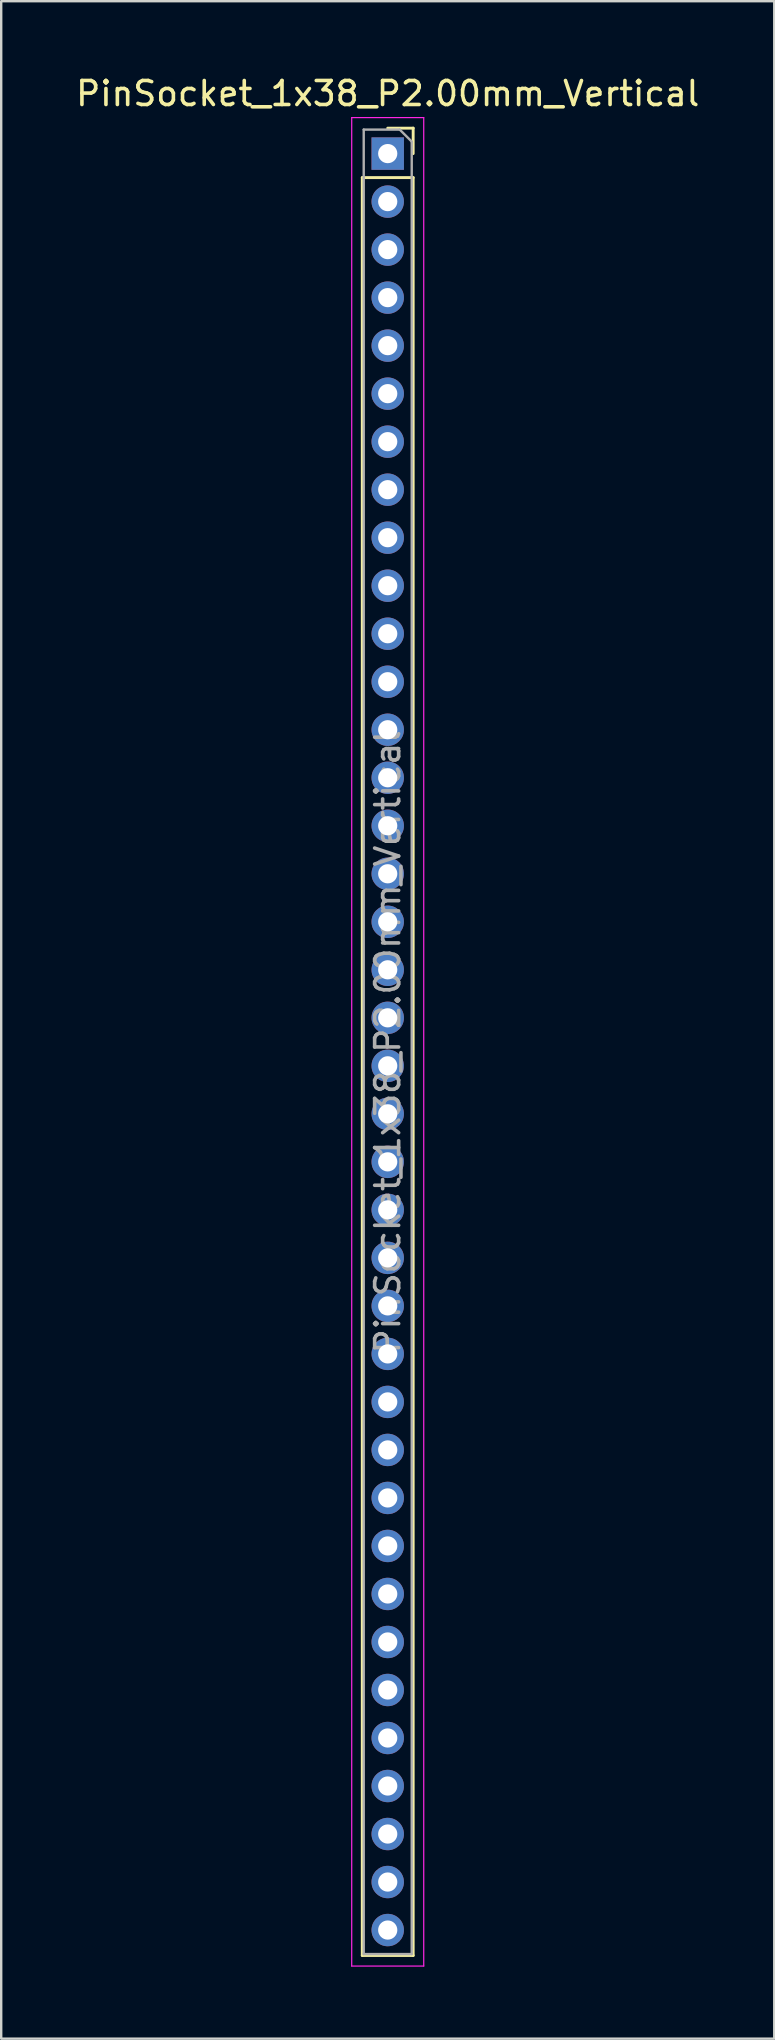
<source format=kicad_pcb>
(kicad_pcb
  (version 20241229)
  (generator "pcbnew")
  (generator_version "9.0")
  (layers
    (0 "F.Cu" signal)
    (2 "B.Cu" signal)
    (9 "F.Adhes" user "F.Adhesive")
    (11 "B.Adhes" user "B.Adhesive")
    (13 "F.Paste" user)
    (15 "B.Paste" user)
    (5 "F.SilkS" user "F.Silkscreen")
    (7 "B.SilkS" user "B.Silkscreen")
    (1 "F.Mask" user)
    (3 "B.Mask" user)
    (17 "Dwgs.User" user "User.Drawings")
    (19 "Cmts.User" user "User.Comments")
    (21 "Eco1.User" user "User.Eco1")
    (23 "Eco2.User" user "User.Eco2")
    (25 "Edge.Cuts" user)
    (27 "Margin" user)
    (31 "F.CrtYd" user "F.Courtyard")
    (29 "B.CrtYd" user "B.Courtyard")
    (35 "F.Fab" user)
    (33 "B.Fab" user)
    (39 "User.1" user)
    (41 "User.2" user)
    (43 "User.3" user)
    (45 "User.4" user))
  (footprint "PinSocket_1x38_P2.00mm_Vertical"
    (layer "F.Cu")
    (at 13.101 3.348)
    (property "Reference" "PinSocket_1x38_P2.00mm_Vertical" (at 0 -2.5 0) (layer "F.SilkS") (effects (font (size 1 1) (thickness 0.15))))
    (attr through_hole)
    (fp_line (start -1.06 1) (end -1.06 75.06) (stroke (width 0.12) (type solid)) (layer "F.SilkS"))
    (fp_line (start -1.06 1) (end 1.06 1) (stroke (width 0.12) (type solid)) (layer "F.SilkS"))
    (fp_line (start -1.06 75.06) (end 1.06 75.06) (stroke (width 0.12) (type solid)) (layer "F.SilkS"))
    (fp_line (start 0 -1.06) (end 1.06 -1.06) (stroke (width 0.12) (type solid)) (layer "F.SilkS"))
    (fp_line (start 1.06 -1.06) (end 1.06 0) (stroke (width 0.12) (type solid)) (layer "F.SilkS"))
    (fp_line (start 1.06 1) (end 1.06 75.06) (stroke (width 0.12) (type solid)) (layer "F.SilkS"))
    (fp_line (start -1.5 -1.5) (end 1.5 -1.5) (stroke (width 0.05) (type solid)) (layer "F.CrtYd"))
    (fp_line (start -1.5 75.5) (end -1.5 -1.5) (stroke (width 0.05) (type solid)) (layer "F.CrtYd"))
    (fp_line (start 1.5 -1.5) (end 1.5 75.5) (stroke (width 0.05) (type solid)) (layer "F.CrtYd"))
    (fp_line (start 1.5 75.5) (end -1.5 75.5) (stroke (width 0.05) (type solid)) (layer "F.CrtYd"))
    (fp_line (start -1 -1) (end 0.5 -1) (stroke (width 0.1) (type solid)) (layer "F.Fab"))
    (fp_line (start -1 75) (end -1 -1) (stroke (width 0.1) (type solid)) (layer "F.Fab"))
    (fp_line (start 0.5 -1) (end 1 -0.5) (stroke (width 0.1) (type solid)) (layer "F.Fab"))
    (fp_line (start 1 -0.5) (end 1 75) (stroke (width 0.1) (type solid)) (layer "F.Fab"))
    (fp_line (start 1 75) (end -1 75) (stroke (width 0.1) (type solid)) (layer "F.Fab"))
    (fp_text user "${REFERENCE}" (at 0 37 90) (layer "F.Fab") (effects (font (size 1 1) (thickness 0.15))))
    (pad "1" thru_hole rect (at 0 0) (size 1.35 1.35) (drill 0.8) (layers "*.Cu" "*.Mask"))
    (pad "2" thru_hole circle (at 0 2) (size 1.35 1.35) (drill 0.8) (layers "*.Cu" "*.Mask"))
    (pad "3" thru_hole circle (at 0 4) (size 1.35 1.35) (drill 0.8) (layers "*.Cu" "*.Mask"))
    (pad "4" thru_hole circle (at 0 6) (size 1.35 1.35) (drill 0.8) (layers "*.Cu" "*.Mask"))
    (pad "5" thru_hole circle (at 0 8) (size 1.35 1.35) (drill 0.8) (layers "*.Cu" "*.Mask"))
    (pad "6" thru_hole circle (at 0 10) (size 1.35 1.35) (drill 0.8) (layers "*.Cu" "*.Mask"))
    (pad "7" thru_hole circle (at 0 12) (size 1.35 1.35) (drill 0.8) (layers "*.Cu" "*.Mask"))
    (pad "8" thru_hole circle (at 0 14) (size 1.35 1.35) (drill 0.8) (layers "*.Cu" "*.Mask"))
    (pad "9" thru_hole circle (at 0 16) (size 1.35 1.35) (drill 0.8) (layers "*.Cu" "*.Mask"))
    (pad "10" thru_hole circle (at 0 18) (size 1.35 1.35) (drill 0.8) (layers "*.Cu" "*.Mask"))
    (pad "11" thru_hole circle (at 0 20) (size 1.35 1.35) (drill 0.8) (layers "*.Cu" "*.Mask"))
    (pad "12" thru_hole circle (at 0 22) (size 1.35 1.35) (drill 0.8) (layers "*.Cu" "*.Mask"))
    (pad "13" thru_hole circle (at 0 24) (size 1.35 1.35) (drill 0.8) (layers "*.Cu" "*.Mask"))
    (pad "14" thru_hole circle (at 0 26) (size 1.35 1.35) (drill 0.8) (layers "*.Cu" "*.Mask"))
    (pad "15" thru_hole circle (at 0 28) (size 1.35 1.35) (drill 0.8) (layers "*.Cu" "*.Mask"))
    (pad "16" thru_hole circle (at 0 30) (size 1.35 1.35) (drill 0.8) (layers "*.Cu" "*.Mask"))
    (pad "17" thru_hole circle (at 0 32) (size 1.35 1.35) (drill 0.8) (layers "*.Cu" "*.Mask"))
    (pad "18" thru_hole circle (at 0 34) (size 1.35 1.35) (drill 0.8) (layers "*.Cu" "*.Mask"))
    (pad "19" thru_hole circle (at 0 36) (size 1.35 1.35) (drill 0.8) (layers "*.Cu" "*.Mask"))
    (pad "20" thru_hole circle (at 0 38) (size 1.35 1.35) (drill 0.8) (layers "*.Cu" "*.Mask"))
    (pad "21" thru_hole circle (at 0 40) (size 1.35 1.35) (drill 0.8) (layers "*.Cu" "*.Mask"))
    (pad "22" thru_hole circle (at 0 42) (size 1.35 1.35) (drill 0.8) (layers "*.Cu" "*.Mask"))
    (pad "23" thru_hole circle (at 0 44) (size 1.35 1.35) (drill 0.8) (layers "*.Cu" "*.Mask"))
    (pad "24" thru_hole circle (at 0 46) (size 1.35 1.35) (drill 0.8) (layers "*.Cu" "*.Mask"))
    (pad "25" thru_hole circle (at 0 48) (size 1.35 1.35) (drill 0.8) (layers "*.Cu" "*.Mask"))
    (pad "26" thru_hole circle (at 0 50) (size 1.35 1.35) (drill 0.8) (layers "*.Cu" "*.Mask"))
    (pad "27" thru_hole circle (at 0 52) (size 1.35 1.35) (drill 0.8) (layers "*.Cu" "*.Mask"))
    (pad "28" thru_hole circle (at 0 54) (size 1.35 1.35) (drill 0.8) (layers "*.Cu" "*.Mask"))
    (pad "29" thru_hole circle (at 0 56) (size 1.35 1.35) (drill 0.8) (layers "*.Cu" "*.Mask"))
    (pad "30" thru_hole circle (at 0 58) (size 1.35 1.35) (drill 0.8) (layers "*.Cu" "*.Mask"))
    (pad "31" thru_hole circle (at 0 60) (size 1.35 1.35) (drill 0.8) (layers "*.Cu" "*.Mask"))
    (pad "32" thru_hole circle (at 0 62) (size 1.35 1.35) (drill 0.8) (layers "*.Cu" "*.Mask"))
    (pad "33" thru_hole circle (at 0 64) (size 1.35 1.35) (drill 0.8) (layers "*.Cu" "*.Mask"))
    (pad "34" thru_hole circle (at 0 66) (size 1.35 1.35) (drill 0.8) (layers "*.Cu" "*.Mask"))
    (pad "35" thru_hole circle (at 0 68) (size 1.35 1.35) (drill 0.8) (layers "*.Cu" "*.Mask"))
    (pad "36" thru_hole circle (at 0 70) (size 1.35 1.35) (drill 0.8) (layers "*.Cu" "*.Mask"))
    (pad "37" thru_hole circle (at 0 72) (size 1.35 1.35) (drill 0.8) (layers "*.Cu" "*.Mask"))
    (pad "38" thru_hole circle (at 0 74) (size 1.35 1.35) (drill 0.8) (layers "*.Cu" "*.Mask")))
  (gr_rect
    (start -3 -3)
    (end 29.202 81.873)
    (stroke (width 0.1) (type default))
    (fill no)
    (layer "Edge.Cuts")))
</source>
